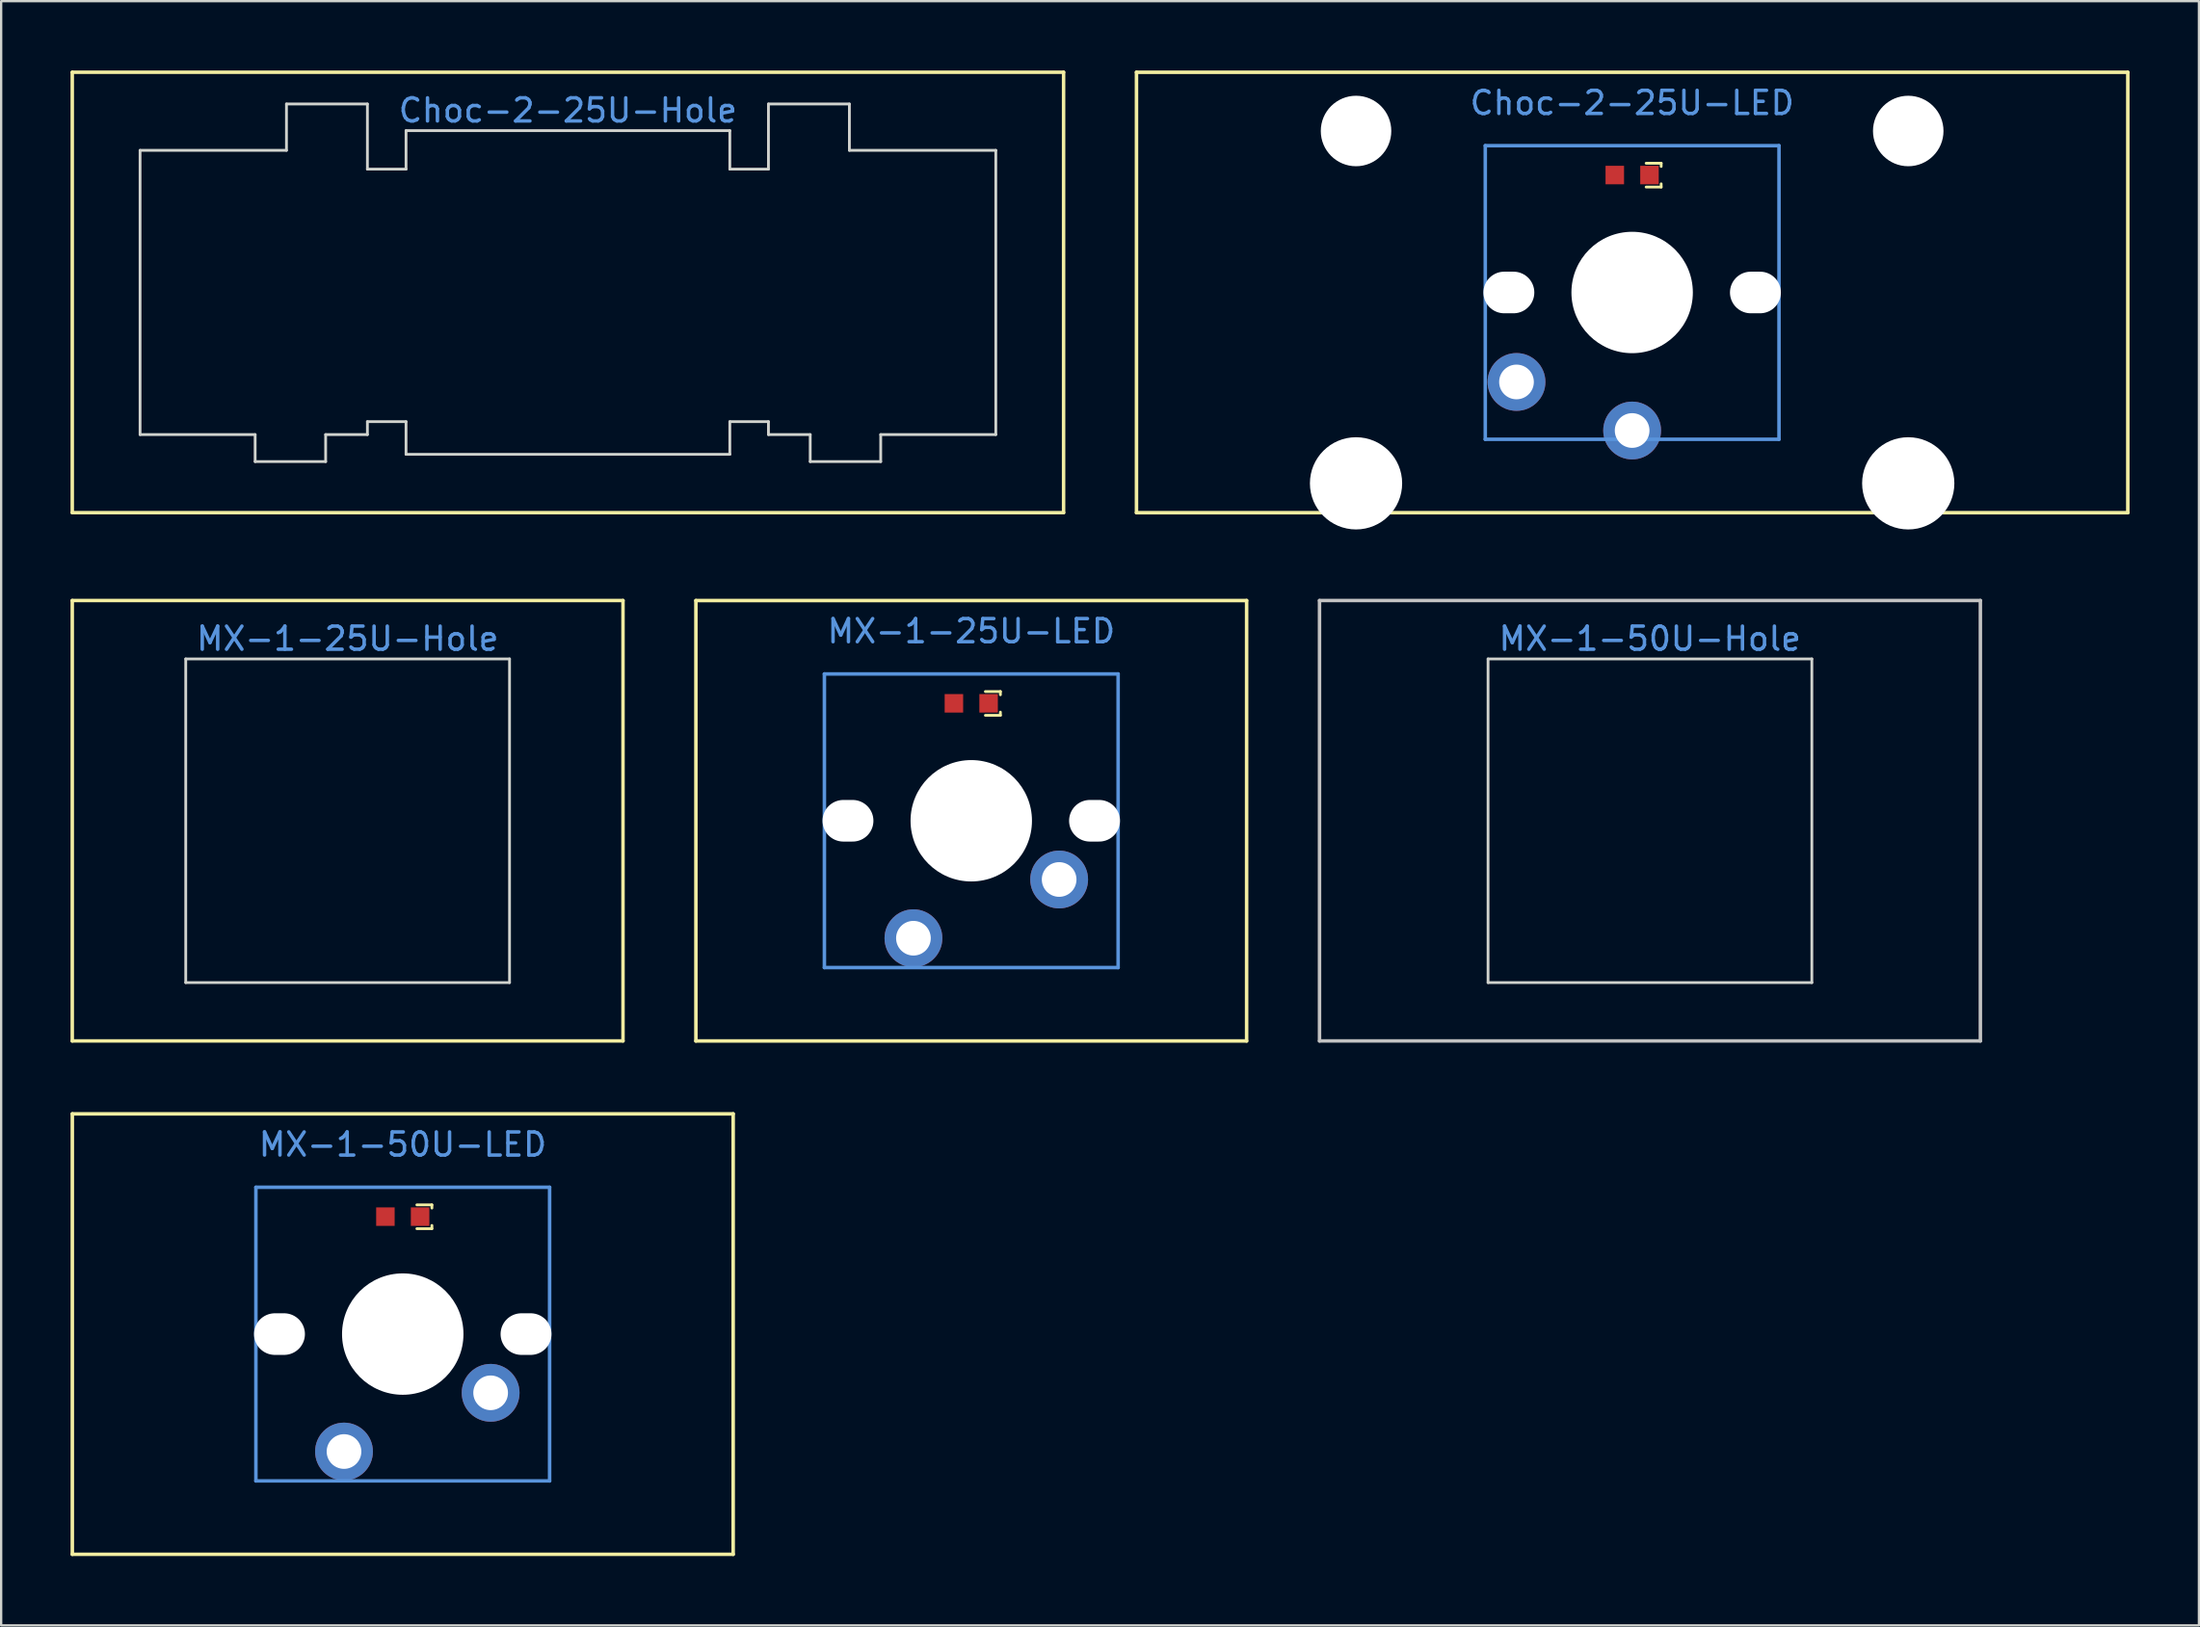
<source format=kicad_pcb>
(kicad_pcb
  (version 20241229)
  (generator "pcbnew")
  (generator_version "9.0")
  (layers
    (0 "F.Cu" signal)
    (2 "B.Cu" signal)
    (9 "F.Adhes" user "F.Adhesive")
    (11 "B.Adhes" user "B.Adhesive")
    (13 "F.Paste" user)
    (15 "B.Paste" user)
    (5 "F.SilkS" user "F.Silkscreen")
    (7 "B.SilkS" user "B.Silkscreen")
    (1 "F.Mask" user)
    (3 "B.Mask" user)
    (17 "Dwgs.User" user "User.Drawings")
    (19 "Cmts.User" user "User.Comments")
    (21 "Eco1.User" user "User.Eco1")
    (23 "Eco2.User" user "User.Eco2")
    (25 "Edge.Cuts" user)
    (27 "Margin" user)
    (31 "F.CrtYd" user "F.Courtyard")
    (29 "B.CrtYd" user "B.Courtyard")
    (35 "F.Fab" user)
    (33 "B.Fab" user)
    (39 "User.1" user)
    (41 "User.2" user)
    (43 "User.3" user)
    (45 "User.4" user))
  (footprint "MX-1-25U-Hole"
    (layer "F.Cu")
    (at 11.981 32.45)
    (property "Reference" "MX-1-25U-Hole" (at 0 -7.874 0) (layer "Cmts.User") (effects (font (size 1 1) (thickness 0.15))))
    (attr through_hole)
    (fp_line (start -11.906 -9.525) (end 11.906 -9.525) (stroke (width 0.15) (type solid)) (layer "F.SilkS"))
    (fp_line (start -11.906 9.525) (end -11.906 -9.525) (stroke (width 0.15) (type solid)) (layer "F.SilkS"))
    (fp_line (start 11.906 -9.525) (end 11.906 9.525) (stroke (width 0.15) (type solid)) (layer "F.SilkS"))
    (fp_line (start 11.906 9.525) (end -11.906 9.525) (stroke (width 0.15) (type solid)) (layer "F.SilkS"))
    (fp_line (start -7 -7) (end -7 7) (stroke (width 0.12) (type solid)) (layer "Edge.Cuts"))
    (fp_line (start -7 -7) (end 7 -7) (stroke (width 0.12) (type solid)) (layer "Edge.Cuts"))
    (fp_line (start -7 7) (end 7 7) (stroke (width 0.12) (type solid)) (layer "Edge.Cuts"))
    (fp_line (start 7 -7) (end 7 7) (stroke (width 0.12) (type solid)) (layer "Edge.Cuts")))
  (footprint "MX-1-25U-LED"
    (layer "F.Cu")
    (at 38.945 27.371)
    (property "Reference" "MX-1-25U-LED" (at 0 -3.12 0) (layer "Cmts.User") (effects (font (size 1 1) (thickness 0.15))))
    (attr smd)
    (fp_line (start -11.906 -4.445) (end 11.906 -4.445) (stroke (width 0.152) (type solid)) (layer "F.SilkS"))
    (fp_line (start -11.906 14.605) (end -11.906 -4.445) (stroke (width 0.152) (type solid)) (layer "F.SilkS"))
    (fp_line (start 0.61 -0.51) (end 1.26 -0.51) (stroke (width 0.12) (type solid)) (layer "F.SilkS"))
    (fp_line (start 0.61 0.52) (end 1.26 0.52) (stroke (width 0.12) (type solid)) (layer "F.SilkS"))
    (fp_line (start 1.26 -0.51) (end 1.26 -0.37) (stroke (width 0.12) (type solid)) (layer "F.SilkS"))
    (fp_line (start 1.26 0.52) (end 1.26 0.38) (stroke (width 0.12) (type solid)) (layer "F.SilkS"))
    (fp_line (start 11.906 -4.445) (end 11.906 14.605) (stroke (width 0.152) (type solid)) (layer "F.SilkS"))
    (fp_line (start 11.906 14.605) (end -11.906 14.605) (stroke (width 0.152) (type solid)) (layer "F.SilkS"))
    (fp_line (start -6.35 -1.27) (end 6.35 -1.27) (stroke (width 0.152) (type solid)) (layer "Cmts.User"))
    (fp_line (start -6.35 11.43) (end -6.35 -1.27) (stroke (width 0.152) (type solid)) (layer "Cmts.User"))
    (fp_line (start 6.35 -1.27) (end 6.35 11.43) (stroke (width 0.152) (type solid)) (layer "Cmts.User"))
    (fp_line (start 6.35 11.43) (end -6.35 11.43) (stroke (width 0.152) (type solid)) (layer "Cmts.User"))
    (pad "" np_thru_hole oval (at -5.33 5.08 270) (size 1.8 2.2) (drill oval 1.8 2.2) (layers "*.Cu" "*.Mask"))
    (pad "" np_thru_hole circle (at 0 5.08 180) (size 5.25 5.25) (drill 5.25) (layers "*.Cu" "*.Mask"))
    (pad "" np_thru_hole oval (at 5.33 5.08 270) (size 1.8 2.2) (drill oval 1.8 2.2) (layers "*.Cu" "*.Mask"))
    (pad "1" thru_hole circle (at -2.5 10.16) (size 2.5 2.5) (drill 1.499) (layers "*.Cu" "*.Mask"))
    (pad "2" thru_hole circle (at 3.8 7.62 225) (size 2.5 2.5) (drill 1.499) (layers "*.Cu" "*.Mask"))
    (pad "3" smd rect (at 0.75 0 90) (size 0.8 0.8) (layers "F.Cu" "F.Mask" "F.Paste"))
    (pad "4" smd rect (at -0.75 0 90) (size 0.8 0.8) (layers "F.Cu" "F.Mask" "F.Paste")))
  (footprint "Choc-2-25U-LED"
    (layer "F.Cu")
    (at 67.52 4.521)
    (property "Reference" "Choc-2-25U-LED" (at 0 -3.12 0) (layer "Cmts.User") (effects (font (size 1 1) (thickness 0.15))))
    (attr smd)
    (fp_line (start -21.431 -4.445) (end 21.431 -4.445) (stroke (width 0.152) (type solid)) (layer "F.SilkS"))
    (fp_line (start -21.431 14.605) (end -21.431 -4.445) (stroke (width 0.152) (type solid)) (layer "F.SilkS"))
    (fp_line (start 0.605 -0.51) (end 1.255 -0.51) (stroke (width 0.12) (type solid)) (layer "F.SilkS"))
    (fp_line (start 0.605 0.52) (end 1.255 0.52) (stroke (width 0.12) (type solid)) (layer "F.SilkS"))
    (fp_line (start 1.255 -0.51) (end 1.255 -0.37) (stroke (width 0.12) (type solid)) (layer "F.SilkS"))
    (fp_line (start 1.255 0.52) (end 1.255 0.38) (stroke (width 0.12) (type solid)) (layer "F.SilkS"))
    (fp_line (start 21.431 -4.445) (end 21.431 14.605) (stroke (width 0.152) (type solid)) (layer "F.SilkS"))
    (fp_line (start 21.431 14.605) (end -21.431 14.605) (stroke (width 0.152) (type solid)) (layer "F.SilkS"))
    (fp_line (start -6.35 -1.27) (end 6.35 -1.27) (stroke (width 0.152) (type solid)) (layer "Cmts.User"))
    (fp_line (start -6.35 11.43) (end -6.35 -1.27) (stroke (width 0.152) (type solid)) (layer "Cmts.User"))
    (fp_line (start 6.35 -1.27) (end 6.35 11.43) (stroke (width 0.152) (type solid)) (layer "Cmts.User"))
    (fp_line (start 6.35 11.43) (end -6.35 11.43) (stroke (width 0.152) (type solid)) (layer "Cmts.User"))
    (pad "" np_thru_hole circle (at -11.938 -1.905 180) (size 3.048 3.048) (drill 3.048) (layers "*.Cu" "*.Mask"))
    (pad "" np_thru_hole circle (at -11.938 13.335 180) (size 3.988 3.988) (drill 3.988) (layers "*.Cu" "*.Mask"))
    (pad "" np_thru_hole oval (at -5.33 5.08 270) (size 1.8 2.2) (drill oval 1.8 2.2) (layers "*.Cu" "*.Mask"))
    (pad "" np_thru_hole circle (at 0 5.08 180) (size 5.25 5.25) (drill 5.25) (layers "*.Cu" "*.Mask"))
    (pad "" np_thru_hole oval (at 5.33 5.08 270) (size 1.8 2.2) (drill oval 1.8 2.2) (layers "*.Cu" "*.Mask"))
    (pad "" np_thru_hole circle (at 11.938 -1.905 180) (size 3.048 3.048) (drill 3.048) (layers "*.Cu" "*.Mask"))
    (pad "" np_thru_hole circle (at 11.938 13.335 180) (size 3.988 3.988) (drill 3.988) (layers "*.Cu" "*.Mask"))
    (pad "1" thru_hole circle (at -5 8.95 270) (size 2.5 2.5) (drill 1.5) (layers "*.Cu" "*.Mask"))
    (pad "2" thru_hole circle (at 0 11.05 90) (size 2.5 2.5) (drill 1.5) (layers "*.Cu" "*.Mask"))
    (pad "3" smd rect (at 0.75 0 90) (size 0.8 0.8) (layers "F.Cu" "F.Mask" "F.Paste"))
    (pad "4" smd rect (at -0.75 0 90) (size 0.8 0.8) (layers "F.Cu" "F.Mask" "F.Paste")))
  (footprint "Choc-2-25U-Hole"
    (layer "F.Cu")
    (at 21.506 9.6)
    (property "Reference" "Choc-2-25U-Hole" (at 0 -7.874 0) (layer "Cmts.User") (effects (font (size 1 1) (thickness 0.15))))
    (attr through_hole)
    (fp_line (start -21.431 -9.525) (end 21.431 -9.525) (stroke (width 0.15) (type solid)) (layer "F.SilkS"))
    (fp_line (start -21.431 9.525) (end -21.431 -9.525) (stroke (width 0.15) (type solid)) (layer "F.SilkS"))
    (fp_line (start 21.431 -9.525) (end 21.431 9.525) (stroke (width 0.15) (type solid)) (layer "F.SilkS"))
    (fp_line (start 21.431 9.525) (end -21.431 9.525) (stroke (width 0.15) (type solid)) (layer "F.SilkS"))
    (fp_line (start -18.5 -6.147) (end -18.5 6.147) (stroke (width 0.12) (type solid)) (layer "Edge.Cuts"))
    (fp_line (start -13.524 6.147) (end -18.5 6.147) (stroke (width 0.12) (type solid)) (layer "Edge.Cuts"))
    (fp_line (start -13.524 6.147) (end -13.524 7.315) (stroke (width 0.12) (type solid)) (layer "Edge.Cuts"))
    (fp_line (start -12.17 -8.153) (end -12.17 -6.147) (stroke (width 0.12) (type solid)) (layer "Edge.Cuts"))
    (fp_line (start -12.17 -6.147) (end -18.5 -6.147) (stroke (width 0.12) (type solid)) (layer "Edge.Cuts"))
    (fp_line (start -10.476 6.147) (end -10.476 7.315) (stroke (width 0.12) (type solid)) (layer "Edge.Cuts"))
    (fp_line (start -10.476 7.315) (end -13.524 7.315) (stroke (width 0.12) (type solid)) (layer "Edge.Cuts"))
    (fp_line (start -8.67 -8.153) (end -12.17 -8.153) (stroke (width 0.12) (type solid)) (layer "Edge.Cuts"))
    (fp_line (start -8.67 -8.153) (end -8.67 -5.334) (stroke (width 0.12) (type solid)) (layer "Edge.Cuts"))
    (fp_line (start -8.67 -5.334) (end -7 -5.334) (stroke (width 0.12) (type solid)) (layer "Edge.Cuts"))
    (fp_line (start -8.67 5.588) (end -7 5.588) (stroke (width 0.12) (type solid)) (layer "Edge.Cuts"))
    (fp_line (start -8.67 6.147) (end -10.476 6.147) (stroke (width 0.12) (type solid)) (layer "Edge.Cuts"))
    (fp_line (start -8.67 6.147) (end -8.67 5.588) (stroke (width 0.12) (type solid)) (layer "Edge.Cuts"))
    (fp_line (start -7 -7) (end -7 -5.334) (stroke (width 0.12) (type solid)) (layer "Edge.Cuts"))
    (fp_line (start -7 -7) (end 7 -7) (stroke (width 0.12) (type solid)) (layer "Edge.Cuts"))
    (fp_line (start -7 7) (end -7 5.588) (stroke (width 0.12) (type solid)) (layer "Edge.Cuts"))
    (fp_line (start -7 7) (end 7 7) (stroke (width 0.12) (type solid)) (layer "Edge.Cuts"))
    (fp_line (start 7 -7) (end 7 -5.334) (stroke (width 0.12) (type solid)) (layer "Edge.Cuts"))
    (fp_line (start 7 7) (end 7 5.588) (stroke (width 0.12) (type solid)) (layer "Edge.Cuts"))
    (fp_line (start 8.67 -8.153) (end 8.67 -5.334) (stroke (width 0.12) (type solid)) (layer "Edge.Cuts"))
    (fp_line (start 8.67 -8.153) (end 12.17 -8.153) (stroke (width 0.12) (type solid)) (layer "Edge.Cuts"))
    (fp_line (start 8.67 -5.334) (end 7 -5.334) (stroke (width 0.12) (type solid)) (layer "Edge.Cuts"))
    (fp_line (start 8.67 5.588) (end 7 5.588) (stroke (width 0.12) (type solid)) (layer "Edge.Cuts"))
    (fp_line (start 8.67 6.147) (end 8.67 5.588) (stroke (width 0.12) (type solid)) (layer "Edge.Cuts"))
    (fp_line (start 8.67 6.147) (end 10.476 6.147) (stroke (width 0.12) (type solid)) (layer "Edge.Cuts"))
    (fp_line (start 10.476 6.147) (end 10.476 7.315) (stroke (width 0.12) (type solid)) (layer "Edge.Cuts"))
    (fp_line (start 10.476 7.315) (end 13.524 7.315) (stroke (width 0.12) (type solid)) (layer "Edge.Cuts"))
    (fp_line (start 12.17 -8.153) (end 12.17 -6.147) (stroke (width 0.12) (type solid)) (layer "Edge.Cuts"))
    (fp_line (start 12.17 -6.147) (end 18.5 -6.147) (stroke (width 0.12) (type solid)) (layer "Edge.Cuts"))
    (fp_line (start 13.524 6.147) (end 13.524 7.315) (stroke (width 0.12) (type solid)) (layer "Edge.Cuts"))
    (fp_line (start 13.524 6.147) (end 18.5 6.147) (stroke (width 0.12) (type solid)) (layer "Edge.Cuts"))
    (fp_line (start 18.5 -6.147) (end 18.5 6.147) (stroke (width 0.12) (type solid)) (layer "Edge.Cuts")))
  (footprint "MX-1-50U-Hole"
    (layer "F.Cu")
    (at 68.29 32.45)
    (property "Reference" "MX-1-50U-Hole" (at 0 -7.874 0) (layer "Cmts.User") (effects (font (size 1 1) (thickness 0.15))))
    (attr through_hole)
    (fp_line (start -14.287 -9.525) (end 14.287 -9.525) (stroke (width 0.15) (type solid)) (layer "Dwgs.User"))
    (fp_line (start -14.287 9.525) (end -14.287 -9.525) (stroke (width 0.15) (type solid)) (layer "Dwgs.User"))
    (fp_line (start 14.287 -9.525) (end 14.287 9.525) (stroke (width 0.15) (type solid)) (layer "Dwgs.User"))
    (fp_line (start 14.287 9.525) (end -14.287 9.525) (stroke (width 0.15) (type solid)) (layer "Dwgs.User"))
    (fp_line (start -7 -7) (end -7 7) (stroke (width 0.12) (type solid)) (layer "Edge.Cuts"))
    (fp_line (start -7 -7) (end 7 -7) (stroke (width 0.12) (type solid)) (layer "Edge.Cuts"))
    (fp_line (start -7 7) (end 7 7) (stroke (width 0.12) (type solid)) (layer "Edge.Cuts"))
    (fp_line (start 7 -7) (end 7 7) (stroke (width 0.12) (type solid)) (layer "Edge.Cuts")))
  (footprint "MX-1-50U-LED"
    (layer "F.Cu")
    (at 14.364 49.574)
    (property "Reference" "MX-1-50U-LED" (at 0 -3.12 0) (layer "Cmts.User") (effects (font (size 1 1) (thickness 0.15))))
    (attr smd)
    (fp_line (start -14.287 -4.445) (end 14.287 -4.445) (stroke (width 0.152) (type solid)) (layer "F.SilkS"))
    (fp_line (start -14.287 14.605) (end -14.287 -4.445) (stroke (width 0.152) (type solid)) (layer "F.SilkS"))
    (fp_line (start 0.61 -0.51) (end 1.26 -0.51) (stroke (width 0.12) (type solid)) (layer "F.SilkS"))
    (fp_line (start 0.61 0.52) (end 1.26 0.52) (stroke (width 0.12) (type solid)) (layer "F.SilkS"))
    (fp_line (start 1.26 -0.51) (end 1.26 -0.37) (stroke (width 0.12) (type solid)) (layer "F.SilkS"))
    (fp_line (start 1.26 0.52) (end 1.26 0.38) (stroke (width 0.12) (type solid)) (layer "F.SilkS"))
    (fp_line (start 14.287 -4.445) (end 14.287 14.605) (stroke (width 0.152) (type solid)) (layer "F.SilkS"))
    (fp_line (start 14.287 14.605) (end -14.287 14.605) (stroke (width 0.152) (type solid)) (layer "F.SilkS"))
    (fp_line (start -6.35 -1.27) (end 6.35 -1.27) (stroke (width 0.152) (type solid)) (layer "Cmts.User"))
    (fp_line (start -6.35 11.43) (end -6.35 -1.27) (stroke (width 0.152) (type solid)) (layer "Cmts.User"))
    (fp_line (start 6.35 -1.27) (end 6.35 11.43) (stroke (width 0.152) (type solid)) (layer "Cmts.User"))
    (fp_line (start 6.35 11.43) (end -6.35 11.43) (stroke (width 0.152) (type solid)) (layer "Cmts.User"))
    (pad "" np_thru_hole oval (at -5.33 5.08 270) (size 1.8 2.2) (drill oval 1.8 2.2) (layers "*.Cu" "*.Mask"))
    (pad "" np_thru_hole circle (at 0 5.08 180) (size 5.25 5.25) (drill 5.25) (layers "*.Cu" "*.Mask"))
    (pad "" np_thru_hole oval (at 5.33 5.08 270) (size 1.8 2.2) (drill oval 1.8 2.2) (layers "*.Cu" "*.Mask"))
    (pad "1" thru_hole circle (at -2.54 10.16) (size 2.5 2.5) (drill 1.499) (layers "*.Cu" "*.Mask"))
    (pad "2" thru_hole circle (at 3.8 7.62 225) (size 2.5 2.5) (drill 1.499) (layers "*.Cu" "*.Mask"))
    (pad "3" smd rect (at 0.75 0 90) (size 0.8 0.8) (layers "F.Cu" "F.Mask" "F.Paste"))
    (pad "4" smd rect (at -0.75 0 90) (size 0.8 0.8) (layers "F.Cu" "F.Mask" "F.Paste")))
  (gr_rect
    (start -3 -3)
    (end 92.027 67.255)
    (stroke (width 0.1) (type default))
    (fill no)
    (layer "Edge.Cuts")))
</source>
